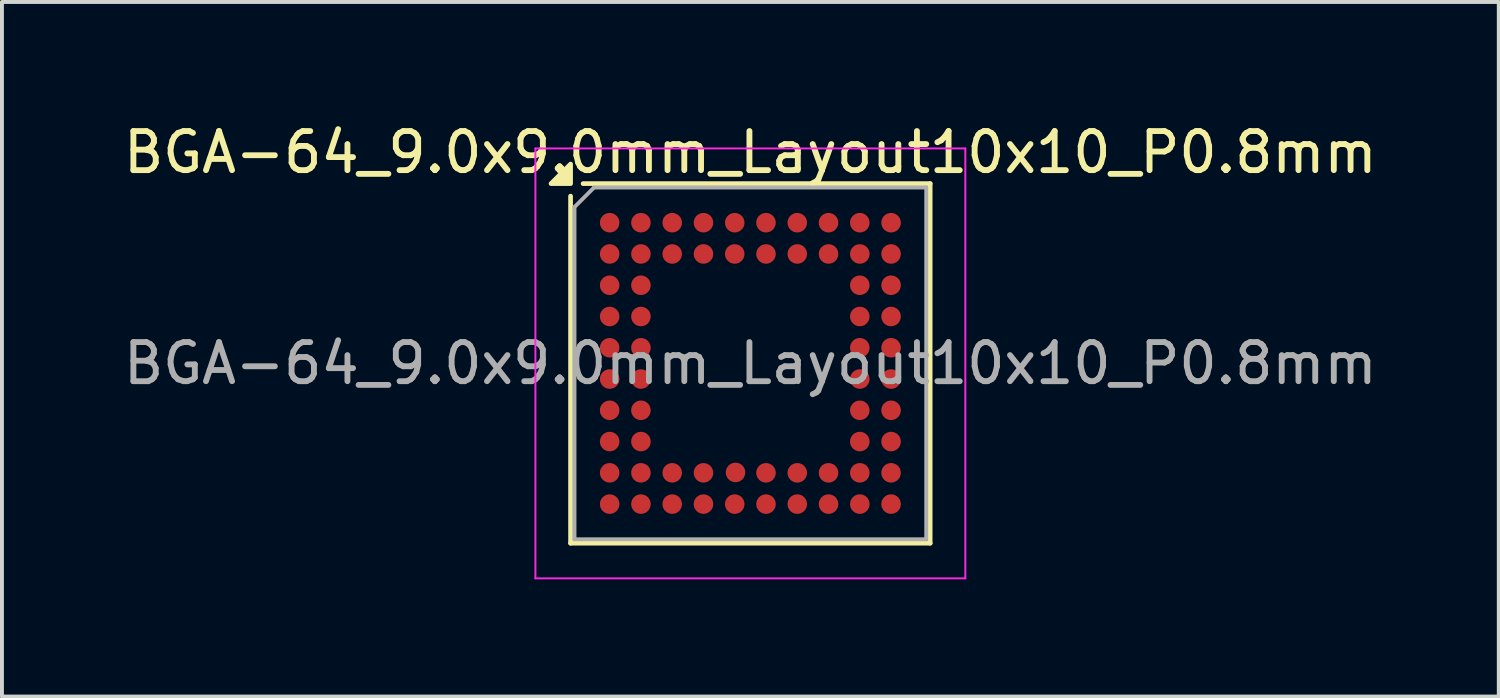
<source format=kicad_pcb>
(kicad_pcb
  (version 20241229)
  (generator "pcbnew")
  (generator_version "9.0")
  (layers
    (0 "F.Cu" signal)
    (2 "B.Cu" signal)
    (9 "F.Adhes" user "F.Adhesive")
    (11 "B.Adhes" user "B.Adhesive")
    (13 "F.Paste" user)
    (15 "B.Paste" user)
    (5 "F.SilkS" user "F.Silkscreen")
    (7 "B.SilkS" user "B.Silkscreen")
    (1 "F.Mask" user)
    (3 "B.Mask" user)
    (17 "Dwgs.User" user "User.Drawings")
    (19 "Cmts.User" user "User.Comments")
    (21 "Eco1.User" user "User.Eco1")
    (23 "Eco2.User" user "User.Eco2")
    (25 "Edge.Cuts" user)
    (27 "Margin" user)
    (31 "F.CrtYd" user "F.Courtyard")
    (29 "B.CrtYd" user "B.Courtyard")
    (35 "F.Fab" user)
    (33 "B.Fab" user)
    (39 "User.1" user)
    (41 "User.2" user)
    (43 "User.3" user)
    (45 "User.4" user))
  (footprint "BGA-64_9.0x9.0mm_Layout10x10_P0.8mm"
    (layer "F.Cu")
    (at 16.149 6.248)
    (property "Reference" "BGA-64_9.0x9.0mm_Layout10x10_P0.8mm" (at 0 -5.4 0) (layer "F.SilkS") (effects (font (size 1 1) (thickness 0.15))))
    (attr smd)
    (fp_line (start -4.6 -4.28) (end -4.6 4.6) (stroke (width 0.12) (type solid)) (layer "F.SilkS"))
    (fp_line (start -4.6 4.6) (end 4.6 4.6) (stroke (width 0.12) (type solid)) (layer "F.SilkS"))
    (fp_line (start 4.6 -4.6) (end -4.28 -4.6) (stroke (width 0.12) (type solid)) (layer "F.SilkS"))
    (fp_line (start 4.6 4.6) (end 4.6 -4.6) (stroke (width 0.12) (type solid)) (layer "F.SilkS"))
    (fp_poly (pts (xy -4.6 -4.6) (xy -5.1 -4.6) (xy -4.6 -5.1) (xy -4.6 -4.6)) (stroke (width 0.12) (type solid)) (fill yes) (layer "F.SilkS"))
    (fp_line (start -5.5 -5.5) (end -5.5 5.5) (stroke (width 0.05) (type solid)) (layer "F.CrtYd"))
    (fp_line (start -5.5 -5.5) (end 5.5 -5.5) (stroke (width 0.05) (type solid)) (layer "F.CrtYd"))
    (fp_line (start 5.5 5.5) (end -5.5 5.5) (stroke (width 0.05) (type solid)) (layer "F.CrtYd"))
    (fp_line (start 5.5 5.5) (end 5.5 -5.5) (stroke (width 0.05) (type solid)) (layer "F.CrtYd"))
    (fp_line (start -4.5 -4) (end -4.5 4.5) (stroke (width 0.1) (type solid)) (layer "F.Fab"))
    (fp_line (start -4.5 4.5) (end 4.5 4.5) (stroke (width 0.1) (type solid)) (layer "F.Fab"))
    (fp_line (start -4 -4.5) (end -4.5 -4) (stroke (width 0.1) (type solid)) (layer "F.Fab"))
    (fp_line (start 4.5 -4.5) (end -4 -4.5) (stroke (width 0.1) (type solid)) (layer "F.Fab"))
    (fp_line (start 4.5 4.5) (end 4.5 -4.5) (stroke (width 0.1) (type solid)) (layer "F.Fab"))
    (fp_text user "${REFERENCE}" (at 0 0 0) (layer "F.Fab") (effects (font (size 1 1) (thickness 0.15))))
    (pad "A1" smd circle (at -3.6 -3.6) (size 0.5 0.5) (property pad_prop_bga) (layers "F.Cu" "F.Mask" "F.Paste"))
    (pad "A2" smd circle (at -2.8 -3.6) (size 0.5 0.5) (property pad_prop_bga) (layers "F.Cu" "F.Mask" "F.Paste"))
    (pad "A3" smd circle (at -2 -3.6) (size 0.5 0.5) (property pad_prop_bga) (layers "F.Cu" "F.Mask" "F.Paste"))
    (pad "A4" smd circle (at -1.2 -3.6) (size 0.5 0.5) (property pad_prop_bga) (layers "F.Cu" "F.Mask" "F.Paste"))
    (pad "A5" smd circle (at -0.4 -3.6) (size 0.5 0.5) (property pad_prop_bga) (layers "F.Cu" "F.Mask" "F.Paste"))
    (pad "A6" smd circle (at 0.4 -3.6) (size 0.5 0.5) (property pad_prop_bga) (layers "F.Cu" "F.Mask" "F.Paste"))
    (pad "A7" smd circle (at 1.2 -3.6) (size 0.5 0.5) (property pad_prop_bga) (layers "F.Cu" "F.Mask" "F.Paste"))
    (pad "A8" smd circle (at 2 -3.6) (size 0.5 0.5) (property pad_prop_bga) (layers "F.Cu" "F.Mask" "F.Paste"))
    (pad "A9" smd circle (at 2.8 -3.6) (size 0.5 0.5) (property pad_prop_bga) (layers "F.Cu" "F.Mask" "F.Paste"))
    (pad "A10" smd circle (at 3.6 -3.6) (size 0.5 0.5) (property pad_prop_bga) (layers "F.Cu" "F.Mask" "F.Paste"))
    (pad "B1" smd circle (at -3.6 -2.8) (size 0.5 0.5) (property pad_prop_bga) (layers "F.Cu" "F.Mask" "F.Paste"))
    (pad "B2" smd circle (at -2.8 -2.8) (size 0.5 0.5) (property pad_prop_bga) (layers "F.Cu" "F.Mask" "F.Paste"))
    (pad "B3" smd circle (at -2 -2.8) (size 0.5 0.5) (property pad_prop_bga) (layers "F.Cu" "F.Mask" "F.Paste"))
    (pad "B4" smd circle (at -1.2 -2.8) (size 0.5 0.5) (property pad_prop_bga) (layers "F.Cu" "F.Mask" "F.Paste"))
    (pad "B5" smd circle (at -0.4 -2.8) (size 0.5 0.5) (property pad_prop_bga) (layers "F.Cu" "F.Mask" "F.Paste"))
    (pad "B6" smd circle (at 0.4 -2.8) (size 0.5 0.5) (property pad_prop_bga) (layers "F.Cu" "F.Mask" "F.Paste"))
    (pad "B7" smd circle (at 1.2 -2.8) (size 0.5 0.5) (property pad_prop_bga) (layers "F.Cu" "F.Mask" "F.Paste"))
    (pad "B8" smd circle (at 2 -2.8) (size 0.5 0.5) (property pad_prop_bga) (layers "F.Cu" "F.Mask" "F.Paste"))
    (pad "B9" smd circle (at 2.8 -2.8) (size 0.5 0.5) (property pad_prop_bga) (layers "F.Cu" "F.Mask" "F.Paste"))
    (pad "B10" smd circle (at 3.6 -2.8) (size 0.5 0.5) (property pad_prop_bga) (layers "F.Cu" "F.Mask" "F.Paste"))
    (pad "C1" smd circle (at -3.6 -2) (size 0.5 0.5) (property pad_prop_bga) (layers "F.Cu" "F.Mask" "F.Paste"))
    (pad "C2" smd circle (at -2.8 -2) (size 0.5 0.5) (property pad_prop_bga) (layers "F.Cu" "F.Mask" "F.Paste"))
    (pad "C9" smd circle (at 2.8 -2) (size 0.5 0.5) (property pad_prop_bga) (layers "F.Cu" "F.Mask" "F.Paste"))
    (pad "C10" smd circle (at 3.6 -2) (size 0.5 0.5) (property pad_prop_bga) (layers "F.Cu" "F.Mask" "F.Paste"))
    (pad "D1" smd circle (at -3.6 -1.2) (size 0.5 0.5) (property pad_prop_bga) (layers "F.Cu" "F.Mask" "F.Paste"))
    (pad "D2" smd circle (at -2.8 -1.2) (size 0.5 0.5) (property pad_prop_bga) (layers "F.Cu" "F.Mask" "F.Paste"))
    (pad "D9" smd circle (at 2.8 -1.2) (size 0.5 0.5) (property pad_prop_bga) (layers "F.Cu" "F.Mask" "F.Paste"))
    (pad "D10" smd circle (at 3.6 -1.2) (size 0.5 0.5) (property pad_prop_bga) (layers "F.Cu" "F.Mask" "F.Paste"))
    (pad "E1" smd circle (at -3.6 -0.4) (size 0.5 0.5) (property pad_prop_bga) (layers "F.Cu" "F.Mask" "F.Paste"))
    (pad "E2" smd circle (at -2.8 -0.4) (size 0.5 0.5) (property pad_prop_bga) (layers "F.Cu" "F.Mask" "F.Paste"))
    (pad "E9" smd circle (at 2.8 -0.4) (size 0.5 0.5) (property pad_prop_bga) (layers "F.Cu" "F.Mask" "F.Paste"))
    (pad "E10" smd circle (at 3.6 -0.4) (size 0.5 0.5) (property pad_prop_bga) (layers "F.Cu" "F.Mask" "F.Paste"))
    (pad "F1" smd circle (at -3.6 0.4) (size 0.5 0.5) (property pad_prop_bga) (layers "F.Cu" "F.Mask" "F.Paste"))
    (pad "F2" smd circle (at -2.8 0.4) (size 0.5 0.5) (property pad_prop_bga) (layers "F.Cu" "F.Mask" "F.Paste"))
    (pad "F9" smd circle (at 2.8 0.4) (size 0.5 0.5) (property pad_prop_bga) (layers "F.Cu" "F.Mask" "F.Paste"))
    (pad "F10" smd circle (at 3.6 0.4) (size 0.5 0.5) (property pad_prop_bga) (layers "F.Cu" "F.Mask" "F.Paste"))
    (pad "G1" smd circle (at -3.6 1.2) (size 0.5 0.5) (property pad_prop_bga) (layers "F.Cu" "F.Mask" "F.Paste"))
    (pad "G2" smd circle (at -2.8 1.2) (size 0.5 0.5) (property pad_prop_bga) (layers "F.Cu" "F.Mask" "F.Paste"))
    (pad "G9" smd circle (at 2.8 1.2) (size 0.5 0.5) (property pad_prop_bga) (layers "F.Cu" "F.Mask" "F.Paste"))
    (pad "G10" smd circle (at 3.6 1.2) (size 0.5 0.5) (property pad_prop_bga) (layers "F.Cu" "F.Mask" "F.Paste"))
    (pad "H1" smd circle (at -3.6 2) (size 0.5 0.5) (property pad_prop_bga) (layers "F.Cu" "F.Mask" "F.Paste"))
    (pad "H2" smd circle (at -2.8 2) (size 0.5 0.5) (property pad_prop_bga) (layers "F.Cu" "F.Mask" "F.Paste"))
    (pad "H9" smd circle (at 2.8 2) (size 0.5 0.5) (property pad_prop_bga) (layers "F.Cu" "F.Mask" "F.Paste"))
    (pad "H10" smd circle (at 3.6 2) (size 0.5 0.5) (property pad_prop_bga) (layers "F.Cu" "F.Mask" "F.Paste"))
    (pad "J1" smd circle (at -3.6 2.8) (size 0.5 0.5) (property pad_prop_bga) (layers "F.Cu" "F.Mask" "F.Paste"))
    (pad "J2" smd circle (at -2.8 2.8) (size 0.5 0.5) (property pad_prop_bga) (layers "F.Cu" "F.Mask" "F.Paste"))
    (pad "J3" smd circle (at -2 2.8) (size 0.5 0.5) (property pad_prop_bga) (layers "F.Cu" "F.Mask" "F.Paste"))
    (pad "J4" smd circle (at -1.2 2.8) (size 0.5 0.5) (property pad_prop_bga) (layers "F.Cu" "F.Mask" "F.Paste"))
    (pad "J5" smd circle (at -0.38 2.79) (size 0.5 0.5) (property pad_prop_bga) (layers "F.Cu" "F.Mask" "F.Paste"))
    (pad "J6" smd circle (at 0.4 2.8) (size 0.5 0.5) (property pad_prop_bga) (layers "F.Cu" "F.Mask" "F.Paste"))
    (pad "J7" smd circle (at 1.2 2.8) (size 0.5 0.5) (property pad_prop_bga) (layers "F.Cu" "F.Mask" "F.Paste"))
    (pad "J8" smd circle (at 2 2.8) (size 0.5 0.5) (property pad_prop_bga) (layers "F.Cu" "F.Mask" "F.Paste"))
    (pad "J9" smd circle (at 2.8 2.8) (size 0.5 0.5) (property pad_prop_bga) (layers "F.Cu" "F.Mask" "F.Paste"))
    (pad "J10" smd circle (at 3.6 2.8) (size 0.5 0.5) (property pad_prop_bga) (layers "F.Cu" "F.Mask" "F.Paste"))
    (pad "K1" smd circle (at -3.6 3.6) (size 0.5 0.5) (property pad_prop_bga) (layers "F.Cu" "F.Mask" "F.Paste"))
    (pad "K2" smd circle (at -2.8 3.6) (size 0.5 0.5) (property pad_prop_bga) (layers "F.Cu" "F.Mask" "F.Paste"))
    (pad "K3" smd circle (at -2 3.6) (size 0.5 0.5) (property pad_prop_bga) (layers "F.Cu" "F.Mask" "F.Paste"))
    (pad "K4" smd circle (at -1.2 3.6) (size 0.5 0.5) (property pad_prop_bga) (layers "F.Cu" "F.Mask" "F.Paste"))
    (pad "K5" smd circle (at -0.4 3.6) (size 0.5 0.5) (property pad_prop_bga) (layers "F.Cu" "F.Mask" "F.Paste"))
    (pad "K6" smd circle (at 0.4 3.6) (size 0.5 0.5) (property pad_prop_bga) (layers "F.Cu" "F.Mask" "F.Paste"))
    (pad "K7" smd circle (at 1.2 3.6) (size 0.5 0.5) (property pad_prop_bga) (layers "F.Cu" "F.Mask" "F.Paste"))
    (pad "K8" smd circle (at 2 3.6) (size 0.5 0.5) (property pad_prop_bga) (layers "F.Cu" "F.Mask" "F.Paste"))
    (pad "K9" smd circle (at 2.8 3.6) (size 0.5 0.5) (property pad_prop_bga) (layers "F.Cu" "F.Mask" "F.Paste"))
    (pad "K10" smd circle (at 3.6 3.6) (size 0.5 0.5) (property pad_prop_bga) (layers "F.Cu" "F.Mask" "F.Paste")))
  (gr_rect
    (start -3 -3)
    (end 35.298 14.773)
    (stroke (width 0.1) (type default))
    (fill no)
    (layer "Edge.Cuts")))
</source>
